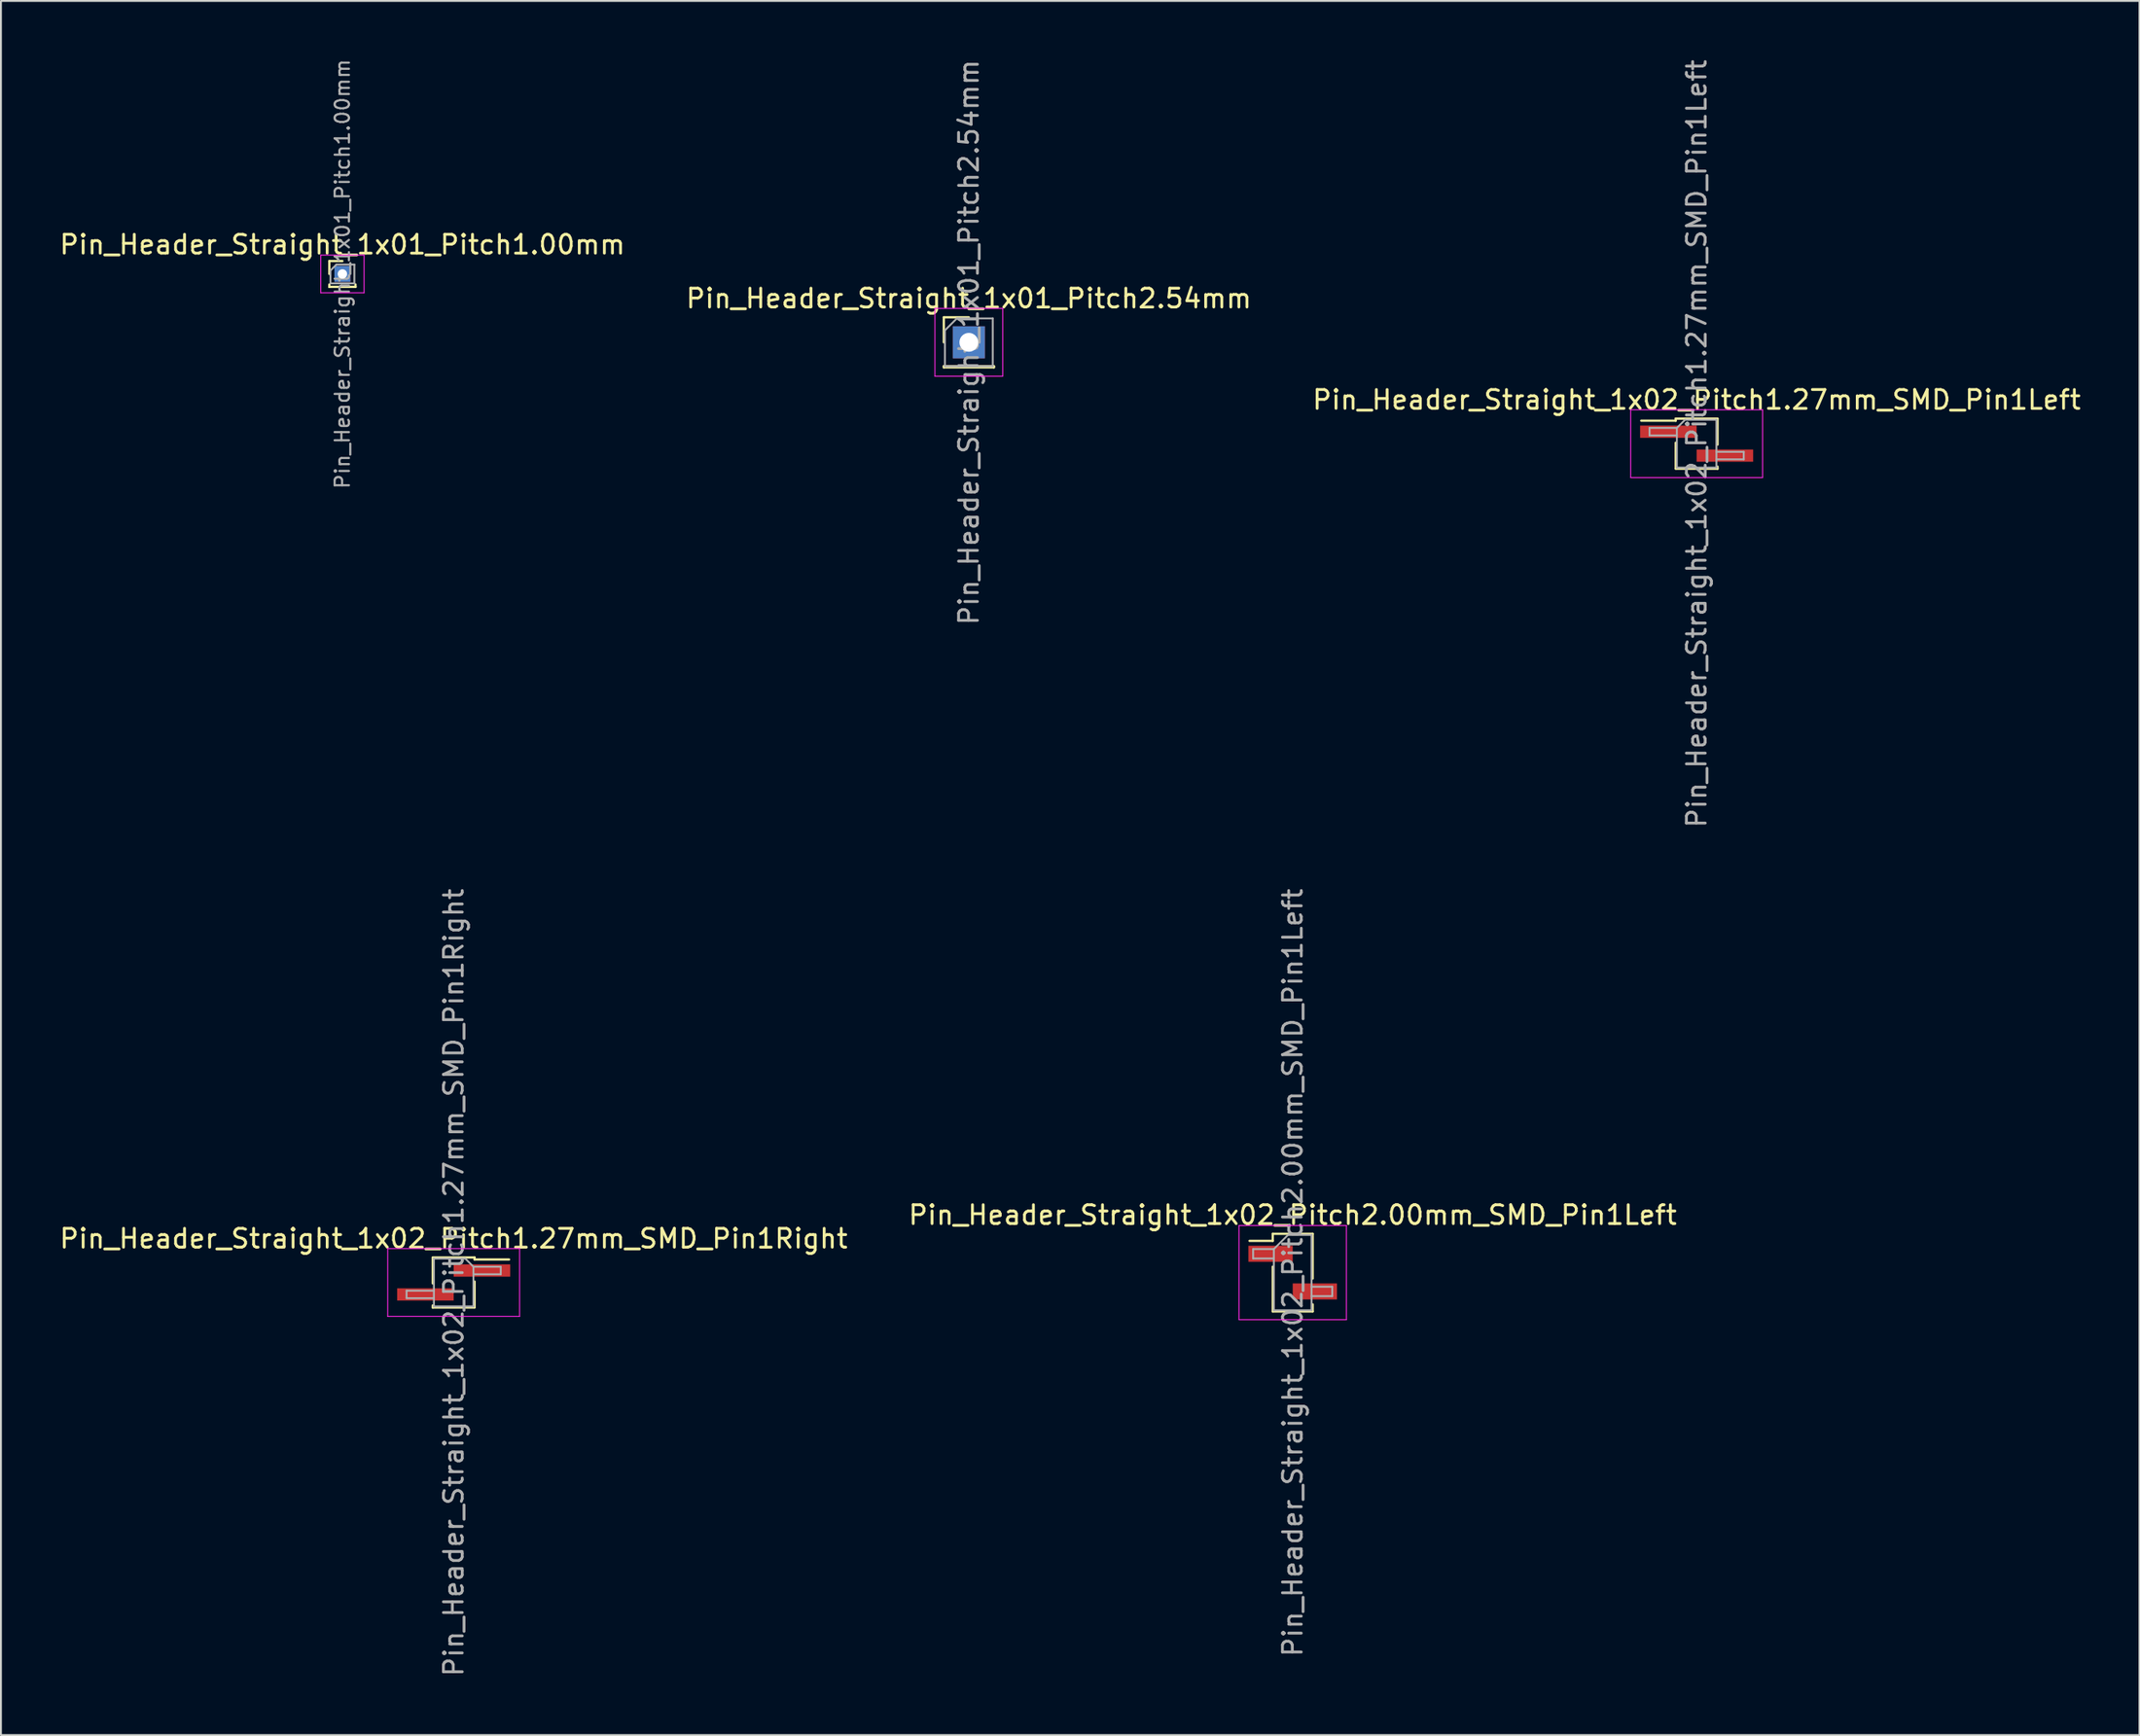
<source format=kicad_pcb>
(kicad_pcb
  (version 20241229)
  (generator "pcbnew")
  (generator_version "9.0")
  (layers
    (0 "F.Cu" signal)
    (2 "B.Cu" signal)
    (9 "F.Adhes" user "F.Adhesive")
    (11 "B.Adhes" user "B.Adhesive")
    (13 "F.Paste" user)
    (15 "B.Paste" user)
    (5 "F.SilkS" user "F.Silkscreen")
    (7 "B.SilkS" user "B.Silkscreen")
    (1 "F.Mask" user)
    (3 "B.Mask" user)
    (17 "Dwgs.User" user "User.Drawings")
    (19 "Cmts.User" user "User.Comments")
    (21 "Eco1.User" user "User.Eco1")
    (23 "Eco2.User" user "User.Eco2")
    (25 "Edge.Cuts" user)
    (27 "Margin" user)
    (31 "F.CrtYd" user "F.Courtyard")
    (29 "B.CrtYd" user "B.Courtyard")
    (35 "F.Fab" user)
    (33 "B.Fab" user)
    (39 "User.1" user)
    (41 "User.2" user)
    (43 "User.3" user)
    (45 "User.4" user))
  (footprint "Pin_Header_Straight_1x02_Pitch1.27mm_SMD_Pin1Right"
    (layer "F.Cu")
    (at 21.03 65.042)
    (property "Reference" "Pin_Header_Straight_1x02_Pitch1.27mm_SMD_Pin1Right" (at 0 -2.33 0) (layer "F.SilkS") (effects (font (size 1 1) (thickness 0.15))))
    (attr smd)
    (fp_line (start -1.11 -1.33) (end 1.11 -1.33) (stroke (width 0.12) (type solid)) (layer "F.SilkS"))
    (fp_line (start -1.11 -1.32) (end -1.11 0.05) (stroke (width 0.12) (type solid)) (layer "F.SilkS"))
    (fp_line (start -1.11 1.22) (end -1.11 1.33) (stroke (width 0.12) (type solid)) (layer "F.SilkS"))
    (fp_line (start -1.11 1.33) (end 1.11 1.33) (stroke (width 0.12) (type solid)) (layer "F.SilkS"))
    (fp_line (start 1.11 -1.33) (end 1.11 -1.22) (stroke (width 0.12) (type solid)) (layer "F.SilkS"))
    (fp_line (start 1.11 -1.22) (end 2.94 -1.22) (stroke (width 0.12) (type solid)) (layer "F.SilkS"))
    (fp_line (start 1.11 -0.05) (end 1.11 1.32) (stroke (width 0.12) (type solid)) (layer "F.SilkS"))
    (fp_line (start -3.5 -1.8) (end -3.5 1.8) (stroke (width 0.05) (type solid)) (layer "F.CrtYd"))
    (fp_line (start -3.5 1.8) (end 3.5 1.8) (stroke (width 0.05) (type solid)) (layer "F.CrtYd"))
    (fp_line (start 3.5 -1.8) (end -3.5 -1.8) (stroke (width 0.05) (type solid)) (layer "F.CrtYd"))
    (fp_line (start 3.5 1.8) (end 3.5 -1.8) (stroke (width 0.05) (type solid)) (layer "F.CrtYd"))
    (fp_line (start -2.5 0.435) (end -2.5 0.835) (stroke (width 0.1) (type solid)) (layer "F.Fab"))
    (fp_line (start -2.5 0.835) (end -1.05 0.835) (stroke (width 0.1) (type solid)) (layer "F.Fab"))
    (fp_line (start -1.05 -1.27) (end -1.05 1.27) (stroke (width 0.1) (type solid)) (layer "F.Fab"))
    (fp_line (start -1.05 -1.27) (end 0.615 -1.27) (stroke (width 0.1) (type solid)) (layer "F.Fab"))
    (fp_line (start -1.05 0.435) (end -2.5 0.435) (stroke (width 0.1) (type solid)) (layer "F.Fab"))
    (fp_line (start 1.05 -0.835) (end 0.615 -1.27) (stroke (width 0.1) (type solid)) (layer "F.Fab"))
    (fp_line (start 1.05 -0.835) (end 2.5 -0.835) (stroke (width 0.1) (type solid)) (layer "F.Fab"))
    (fp_line (start 1.05 1.27) (end -1.05 1.27) (stroke (width 0.1) (type solid)) (layer "F.Fab"))
    (fp_line (start 1.05 1.27) (end 1.05 -0.835) (stroke (width 0.1) (type solid)) (layer "F.Fab"))
    (fp_line (start 2.5 -0.835) (end 2.5 -0.435) (stroke (width 0.1) (type solid)) (layer "F.Fab"))
    (fp_line (start 2.5 -0.435) (end 1.05 -0.435) (stroke (width 0.1) (type solid)) (layer "F.Fab"))
    (fp_text user "${REFERENCE}" (at 0 0 90) (layer "F.Fab") (effects (font (size 1 1) (thickness 0.15))))
    (pad "1" smd rect (at 1.5 -0.635) (size 3 0.65) (layers "F.Cu" "F.Mask" "F.Paste"))
    (pad "2" smd rect (at -1.5 0.635) (size 3 0.65) (layers "F.Cu" "F.Mask" "F.Paste")))
  (footprint "Pin_Header_Straight_1x02_Pitch2.00mm_SMD_Pin1Left"
    (layer "F.Cu")
    (at 65.565 64.518)
    (property "Reference" "Pin_Header_Straight_1x02_Pitch2.00mm_SMD_Pin1Left" (at 0 -3.06 0) (layer "F.SilkS") (effects (font (size 1 1) (thickness 0.15))))
    (attr smd)
    (fp_line (start -1.06 -2.06) (end -1.06 -1.685) (stroke (width 0.12) (type solid)) (layer "F.SilkS"))
    (fp_line (start -1.06 -2.06) (end 1.06 -2.06) (stroke (width 0.12) (type solid)) (layer "F.SilkS"))
    (fp_line (start -1.06 -1.685) (end -2.29 -1.685) (stroke (width 0.12) (type solid)) (layer "F.SilkS"))
    (fp_line (start -1.06 -0.315) (end -1.06 2.06) (stroke (width 0.12) (type solid)) (layer "F.SilkS"))
    (fp_line (start -1.06 2.06) (end 1.06 2.06) (stroke (width 0.12) (type solid)) (layer "F.SilkS"))
    (fp_line (start 1.06 -2.06) (end 1.06 0.315) (stroke (width 0.12) (type solid)) (layer "F.SilkS"))
    (fp_line (start 1.06 1.685) (end 1.06 2.06) (stroke (width 0.12) (type solid)) (layer "F.SilkS"))
    (fp_line (start -2.85 -2.5) (end -2.85 2.5) (stroke (width 0.05) (type solid)) (layer "F.CrtYd"))
    (fp_line (start -2.85 2.5) (end 2.85 2.5) (stroke (width 0.05) (type solid)) (layer "F.CrtYd"))
    (fp_line (start 2.85 -2.5) (end -2.85 -2.5) (stroke (width 0.05) (type solid)) (layer "F.CrtYd"))
    (fp_line (start 2.85 2.5) (end 2.85 -2.5) (stroke (width 0.05) (type solid)) (layer "F.CrtYd"))
    (fp_line (start -2.1 -1.25) (end -2.1 -0.75) (stroke (width 0.1) (type solid)) (layer "F.Fab"))
    (fp_line (start -2.1 -0.75) (end -1 -0.75) (stroke (width 0.1) (type solid)) (layer "F.Fab"))
    (fp_line (start -1 -1.25) (end -2.1 -1.25) (stroke (width 0.1) (type solid)) (layer "F.Fab"))
    (fp_line (start -1 -1.25) (end -0.25 -2) (stroke (width 0.1) (type solid)) (layer "F.Fab"))
    (fp_line (start -1 2) (end -1 -1.25) (stroke (width 0.1) (type solid)) (layer "F.Fab"))
    (fp_line (start -0.25 -2) (end 1 -2) (stroke (width 0.1) (type solid)) (layer "F.Fab"))
    (fp_line (start 1 -2) (end 1 2) (stroke (width 0.1) (type solid)) (layer "F.Fab"))
    (fp_line (start 1 0.75) (end 2.1 0.75) (stroke (width 0.1) (type solid)) (layer "F.Fab"))
    (fp_line (start 1 2) (end -1 2) (stroke (width 0.1) (type solid)) (layer "F.Fab"))
    (fp_line (start 2.1 0.75) (end 2.1 1.25) (stroke (width 0.1) (type solid)) (layer "F.Fab"))
    (fp_line (start 2.1 1.25) (end 1 1.25) (stroke (width 0.1) (type solid)) (layer "F.Fab"))
    (fp_text user "${REFERENCE}" (at 0 0 90) (layer "F.Fab") (effects (font (size 1 1) (thickness 0.15))))
    (pad "1" smd rect (at -1.175 -1) (size 2.35 0.85) (layers "F.Cu" "F.Mask" "F.Paste"))
    (pad "2" smd rect (at 1.175 1) (size 2.35 0.85) (layers "F.Cu" "F.Mask" "F.Paste")))
  (footprint "Pin_Header_Straight_1x02_Pitch1.27mm_SMD_Pin1Left"
    (layer "F.Cu")
    (at 87.006 20.506)
    (property "Reference" "Pin_Header_Straight_1x02_Pitch1.27mm_SMD_Pin1Left" (at 0 -2.33 0) (layer "F.SilkS") (effects (font (size 1 1) (thickness 0.15))))
    (attr smd)
    (fp_line (start -1.11 -1.33) (end -1.11 -1.22) (stroke (width 0.12) (type solid)) (layer "F.SilkS"))
    (fp_line (start -1.11 -1.33) (end 1.11 -1.33) (stroke (width 0.12) (type solid)) (layer "F.SilkS"))
    (fp_line (start -1.11 -1.22) (end -2.94 -1.22) (stroke (width 0.12) (type solid)) (layer "F.SilkS"))
    (fp_line (start -1.11 -0.05) (end -1.11 1.32) (stroke (width 0.12) (type solid)) (layer "F.SilkS"))
    (fp_line (start -1.11 1.33) (end 1.11 1.33) (stroke (width 0.12) (type solid)) (layer "F.SilkS"))
    (fp_line (start 1.11 -1.32) (end 1.11 0.05) (stroke (width 0.12) (type solid)) (layer "F.SilkS"))
    (fp_line (start 1.11 1.22) (end 1.11 1.33) (stroke (width 0.12) (type solid)) (layer "F.SilkS"))
    (fp_line (start -3.5 -1.8) (end -3.5 1.8) (stroke (width 0.05) (type solid)) (layer "F.CrtYd"))
    (fp_line (start -3.5 1.8) (end 3.5 1.8) (stroke (width 0.05) (type solid)) (layer "F.CrtYd"))
    (fp_line (start 3.5 -1.8) (end -3.5 -1.8) (stroke (width 0.05) (type solid)) (layer "F.CrtYd"))
    (fp_line (start 3.5 1.8) (end 3.5 -1.8) (stroke (width 0.05) (type solid)) (layer "F.CrtYd"))
    (fp_line (start -2.5 -0.835) (end -2.5 -0.435) (stroke (width 0.1) (type solid)) (layer "F.Fab"))
    (fp_line (start -2.5 -0.435) (end -1.05 -0.435) (stroke (width 0.1) (type solid)) (layer "F.Fab"))
    (fp_line (start -1.05 -0.835) (end -2.5 -0.835) (stroke (width 0.1) (type solid)) (layer "F.Fab"))
    (fp_line (start -1.05 -0.835) (end -0.615 -1.27) (stroke (width 0.1) (type solid)) (layer "F.Fab"))
    (fp_line (start -1.05 1.27) (end -1.05 -0.835) (stroke (width 0.1) (type solid)) (layer "F.Fab"))
    (fp_line (start -0.615 -1.27) (end 1.05 -1.27) (stroke (width 0.1) (type solid)) (layer "F.Fab"))
    (fp_line (start 1.05 -1.27) (end 1.05 1.27) (stroke (width 0.1) (type solid)) (layer "F.Fab"))
    (fp_line (start 1.05 0.435) (end 2.5 0.435) (stroke (width 0.1) (type solid)) (layer "F.Fab"))
    (fp_line (start 1.05 1.27) (end -1.05 1.27) (stroke (width 0.1) (type solid)) (layer "F.Fab"))
    (fp_line (start 2.5 0.435) (end 2.5 0.835) (stroke (width 0.1) (type solid)) (layer "F.Fab"))
    (fp_line (start 2.5 0.835) (end 1.05 0.835) (stroke (width 0.1) (type solid)) (layer "F.Fab"))
    (fp_text user "${REFERENCE}" (at 0 0 90) (layer "F.Fab") (effects (font (size 1 1) (thickness 0.15))))
    (pad "1" smd rect (at -1.5 -0.635) (size 3 0.65) (layers "F.Cu" "F.Mask" "F.Paste"))
    (pad "2" smd rect (at 1.5 0.635) (size 3 0.65) (layers "F.Cu" "F.Mask" "F.Paste")))
  (footprint "Pin_Header_Straight_1x01_Pitch1.00mm"
    (layer "F.Cu")
    (at 15.125 11.495)
    (property "Reference" "Pin_Header_Straight_1x01_Pitch1.00mm" (at 0 -1.56 0) (layer "F.SilkS") (effects (font (size 1 1) (thickness 0.15))))
    (attr through_hole)
    (fp_line (start -0.695 -0.685) (end 0 -0.685) (stroke (width 0.12) (type solid)) (layer "F.SilkS"))
    (fp_line (start -0.695 0) (end -0.695 -0.685) (stroke (width 0.12) (type solid)) (layer "F.SilkS"))
    (fp_line (start -0.695 0.685) (end -0.695 0.56) (stroke (width 0.12) (type solid)) (layer "F.SilkS"))
    (fp_line (start -0.695 0.685) (end -0.608 0.685) (stroke (width 0.12) (type solid)) (layer "F.SilkS"))
    (fp_line (start -0.695 0.685) (end 0.695 0.685) (stroke (width 0.12) (type solid)) (layer "F.SilkS"))
    (fp_line (start 0.608 0.685) (end 0.695 0.685) (stroke (width 0.12) (type solid)) (layer "F.SilkS"))
    (fp_line (start 0.695 0.685) (end 0.695 0.56) (stroke (width 0.12) (type solid)) (layer "F.SilkS"))
    (fp_line (start -1.15 -1) (end -1.15 1) (stroke (width 0.05) (type solid)) (layer "F.CrtYd"))
    (fp_line (start -1.15 1) (end 1.15 1) (stroke (width 0.05) (type solid)) (layer "F.CrtYd"))
    (fp_line (start 1.15 -1) (end -1.15 -1) (stroke (width 0.05) (type solid)) (layer "F.CrtYd"))
    (fp_line (start 1.15 1) (end 1.15 -1) (stroke (width 0.05) (type solid)) (layer "F.CrtYd"))
    (fp_line (start -0.635 -0.182) (end -0.318 -0.5) (stroke (width 0.1) (type solid)) (layer "F.Fab"))
    (fp_line (start -0.635 0.5) (end -0.635 -0.182) (stroke (width 0.1) (type solid)) (layer "F.Fab"))
    (fp_line (start -0.318 -0.5) (end 0.635 -0.5) (stroke (width 0.1) (type solid)) (layer "F.Fab"))
    (fp_line (start 0.635 -0.5) (end 0.635 0.5) (stroke (width 0.1) (type solid)) (layer "F.Fab"))
    (fp_line (start 0.635 0.5) (end -0.635 0.5) (stroke (width 0.1) (type solid)) (layer "F.Fab"))
    (fp_text user "${REFERENCE}" (at 0 0 90) (layer "F.Fab") (effects (font (size 0.76 0.76) (thickness 0.114))))
    (pad "1" thru_hole rect (at 0 0) (size 0.85 0.85) (drill 0.5) (layers "*.Cu" "*.Mask")))
  (footprint "Pin_Header_Straight_1x01_Pitch2.54mm"
    (layer "F.Cu")
    (at 48.375 15.125)
    (property "Reference" "Pin_Header_Straight_1x01_Pitch2.54mm" (at 0 -2.33 0) (layer "F.SilkS") (effects (font (size 1 1) (thickness 0.15))))
    (attr through_hole)
    (fp_line (start -1.33 -1.33) (end 0 -1.33) (stroke (width 0.12) (type solid)) (layer "F.SilkS"))
    (fp_line (start -1.33 0) (end -1.33 -1.33) (stroke (width 0.12) (type solid)) (layer "F.SilkS"))
    (fp_line (start -1.33 1.27) (end -1.33 1.33) (stroke (width 0.12) (type solid)) (layer "F.SilkS"))
    (fp_line (start -1.33 1.27) (end 1.33 1.27) (stroke (width 0.12) (type solid)) (layer "F.SilkS"))
    (fp_line (start -1.33 1.33) (end 1.33 1.33) (stroke (width 0.12) (type solid)) (layer "F.SilkS"))
    (fp_line (start 1.33 1.27) (end 1.33 1.33) (stroke (width 0.12) (type solid)) (layer "F.SilkS"))
    (fp_line (start -1.8 -1.8) (end -1.8 1.8) (stroke (width 0.05) (type solid)) (layer "F.CrtYd"))
    (fp_line (start -1.8 1.8) (end 1.8 1.8) (stroke (width 0.05) (type solid)) (layer "F.CrtYd"))
    (fp_line (start 1.8 -1.8) (end -1.8 -1.8) (stroke (width 0.05) (type solid)) (layer "F.CrtYd"))
    (fp_line (start 1.8 1.8) (end 1.8 -1.8) (stroke (width 0.05) (type solid)) (layer "F.CrtYd"))
    (fp_line (start -1.27 -0.635) (end -0.635 -1.27) (stroke (width 0.1) (type solid)) (layer "F.Fab"))
    (fp_line (start -1.27 1.27) (end -1.27 -0.635) (stroke (width 0.1) (type solid)) (layer "F.Fab"))
    (fp_line (start -0.635 -1.27) (end 1.27 -1.27) (stroke (width 0.1) (type solid)) (layer "F.Fab"))
    (fp_line (start 1.27 -1.27) (end 1.27 1.27) (stroke (width 0.1) (type solid)) (layer "F.Fab"))
    (fp_line (start 1.27 1.27) (end -1.27 1.27) (stroke (width 0.1) (type solid)) (layer "F.Fab"))
    (fp_text user "${REFERENCE}" (at 0 0 90) (layer "F.Fab") (effects (font (size 1 1) (thickness 0.15))))
    (pad "1" thru_hole rect (at 0 0) (size 1.7 1.7) (drill 1) (layers "*.Cu" "*.Mask")))
  (gr_rect
    (start -3 -3)
    (end 110.512 89.071)
    (stroke (width 0.1) (type default))
    (fill no)
    (layer "Edge.Cuts")))
</source>
